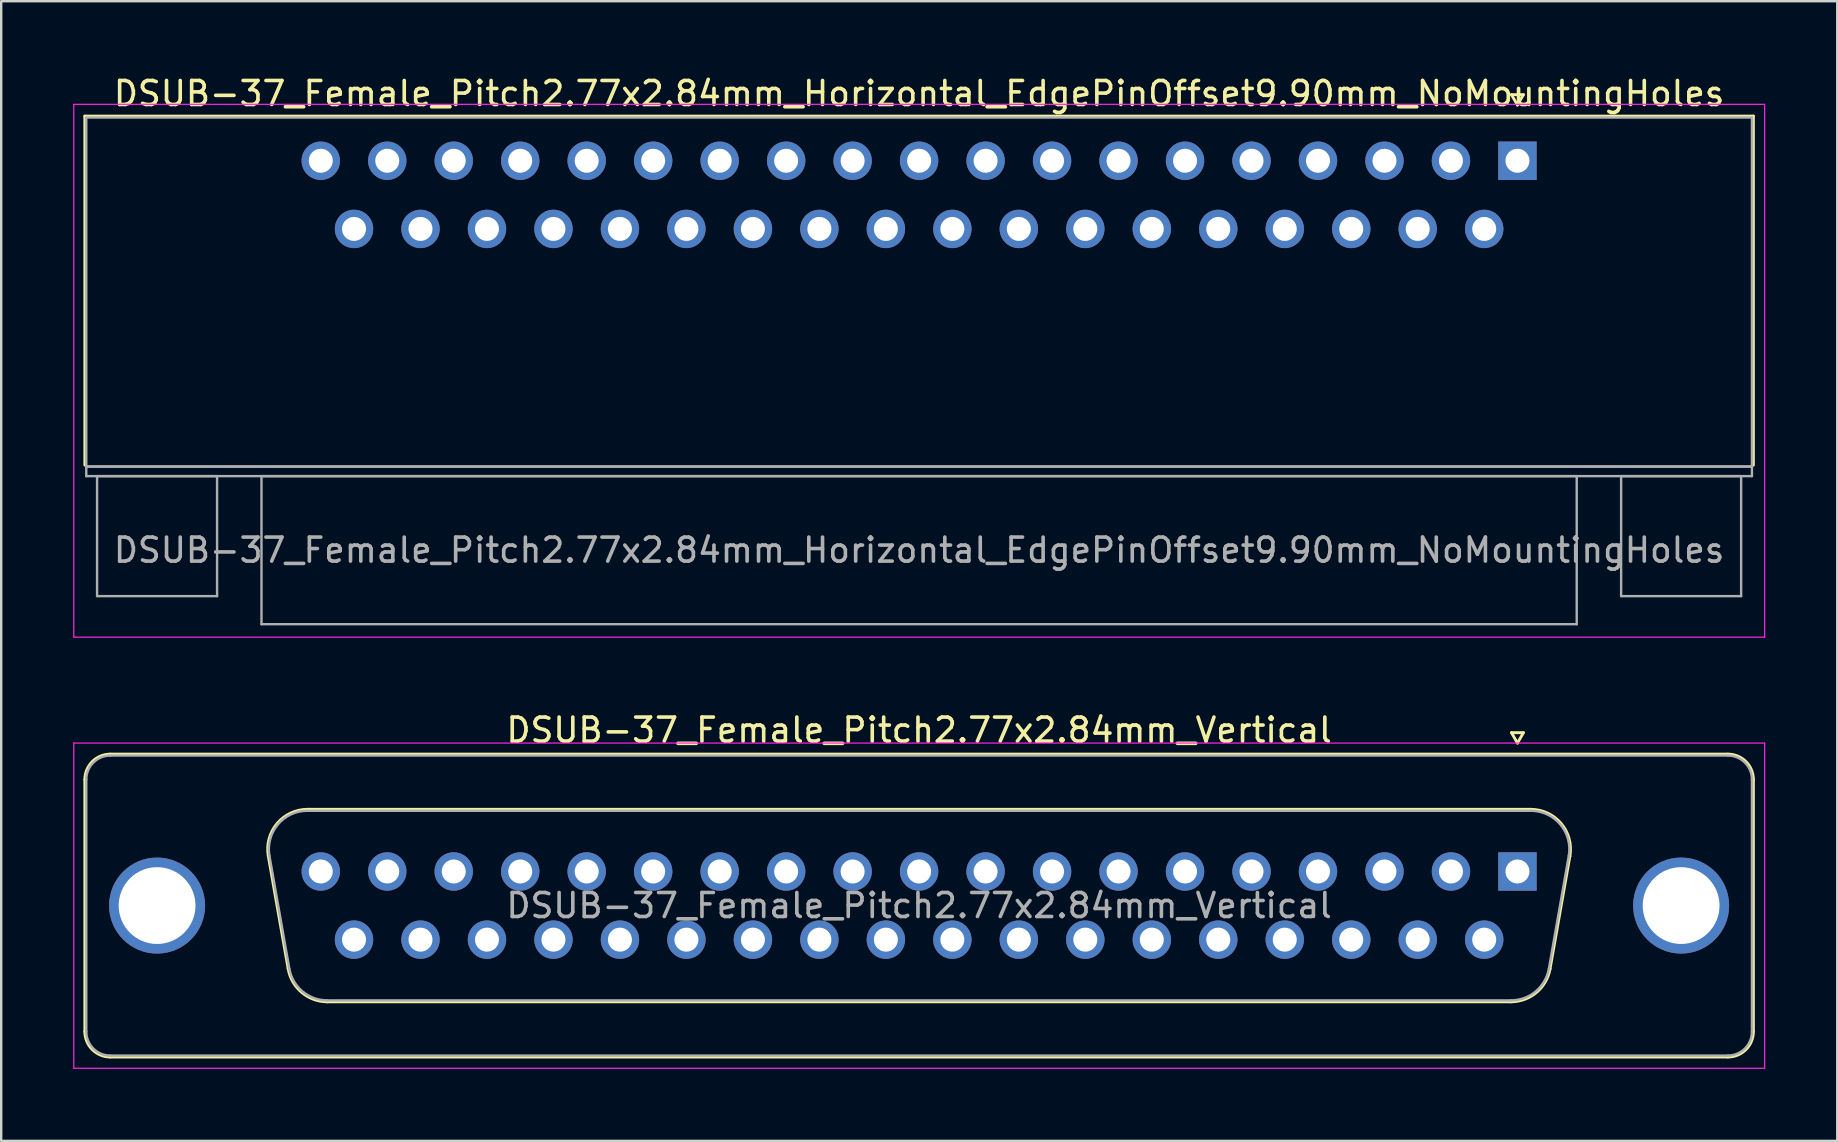
<source format=kicad_pcb>
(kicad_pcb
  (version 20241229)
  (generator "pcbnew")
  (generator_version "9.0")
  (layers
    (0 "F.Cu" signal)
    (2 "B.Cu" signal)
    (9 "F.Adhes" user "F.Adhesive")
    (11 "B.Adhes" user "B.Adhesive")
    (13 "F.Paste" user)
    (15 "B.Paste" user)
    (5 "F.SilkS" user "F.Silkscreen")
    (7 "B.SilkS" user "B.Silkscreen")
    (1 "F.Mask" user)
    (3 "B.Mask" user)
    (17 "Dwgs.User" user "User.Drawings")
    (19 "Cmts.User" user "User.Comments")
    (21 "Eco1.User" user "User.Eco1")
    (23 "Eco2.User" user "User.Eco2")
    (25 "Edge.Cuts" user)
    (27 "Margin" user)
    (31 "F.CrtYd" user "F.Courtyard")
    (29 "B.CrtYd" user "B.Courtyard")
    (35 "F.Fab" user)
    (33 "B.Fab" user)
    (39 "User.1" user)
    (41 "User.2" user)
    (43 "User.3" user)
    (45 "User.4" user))
  (footprint "DSUB-37_Female_Pitch2.77x2.84mm_Vertical"
    (layer "F.Cu")
    (at 60.175 33.261)
    (property "Reference" "DSUB-37_Female_Pitch2.77x2.84mm_Vertical" (at -24.93 -5.89 0) (layer "F.SilkS") (effects (font (size 1 1) (thickness 0.15))))
    (attr through_hole)
    (fp_line (start -59.69 6.67) (end -59.69 -3.83) (stroke (width 0.12) (type solid)) (layer "F.SilkS"))
    (fp_line (start -58.63 -4.89) (end 8.77 -4.89) (stroke (width 0.12) (type solid)) (layer "F.SilkS"))
    (fp_line (start -52.046 -0.642) (end -51.218 4.058) (stroke (width 0.12) (type solid)) (layer "F.SilkS"))
    (fp_line (start -50.412 -2.59) (end 0.552 -2.59) (stroke (width 0.12) (type solid)) (layer "F.SilkS"))
    (fp_line (start -49.583 5.43) (end -0.277 5.43) (stroke (width 0.12) (type solid)) (layer "F.SilkS"))
    (fp_line (start -0.25 -5.784) (end 0.25 -5.784) (stroke (width 0.12) (type solid)) (layer "F.SilkS"))
    (fp_line (start 0 -5.351) (end -0.25 -5.784) (stroke (width 0.12) (type solid)) (layer "F.SilkS"))
    (fp_line (start 0.25 -5.784) (end 0 -5.351) (stroke (width 0.12) (type solid)) (layer "F.SilkS"))
    (fp_line (start 2.186 -0.642) (end 1.358 4.058) (stroke (width 0.12) (type solid)) (layer "F.SilkS"))
    (fp_line (start 8.77 7.73) (end -58.63 7.73) (stroke (width 0.12) (type solid)) (layer "F.SilkS"))
    (fp_line (start 9.83 -3.83) (end 9.83 6.67) (stroke (width 0.12) (type solid)) (layer "F.SilkS"))
    (fp_arc (start -59.69 -3.83) (mid -59.379533 -4.579533) (end -58.63 -4.89) (stroke (width 0.12) (type solid)) (layer "F.SilkS"))
    (fp_arc (start -58.63 7.73) (mid -59.379533 7.419533) (end -59.69 6.67) (stroke (width 0.12) (type solid)) (layer "F.SilkS"))
    (fp_arc (start -52.04647 -0.641744) (mid -51.683323 -1.997028) (end -50.411689 -2.59) (stroke (width 0.12) (type solid)) (layer "F.SilkS"))
    (fp_arc (start -49.582952 5.43) (mid -50.649979 5.041634) (end -51.217733 4.058256) (stroke (width 0.12) (type solid)) (layer "F.SilkS"))
    (fp_arc (start 0.551689 -2.59) (mid 1.823323 -1.997027) (end 2.18647 -0.641744) (stroke (width 0.12) (type solid)) (layer "F.SilkS"))
    (fp_arc (start 1.357733 4.058256) (mid 0.78998 5.041634) (end -0.277048 5.43) (stroke (width 0.12) (type solid)) (layer "F.SilkS"))
    (fp_arc (start 8.77 -4.89) (mid 9.519533 -4.579533) (end 9.83 -3.83) (stroke (width 0.12) (type solid)) (layer "F.SilkS"))
    (fp_arc (start 9.83 6.67) (mid 9.519533 7.419533) (end 8.77 7.73) (stroke (width 0.12) (type solid)) (layer "F.SilkS"))
    (fp_line (start -60.15 -5.35) (end -60.15 8.2) (stroke (width 0.05) (type solid)) (layer "F.CrtYd"))
    (fp_line (start -60.15 8.2) (end 10.3 8.2) (stroke (width 0.05) (type solid)) (layer "F.CrtYd"))
    (fp_line (start 10.3 -5.35) (end -60.15 -5.35) (stroke (width 0.05) (type solid)) (layer "F.CrtYd"))
    (fp_line (start 10.3 8.2) (end 10.3 -5.35) (stroke (width 0.05) (type solid)) (layer "F.CrtYd"))
    (fp_line (start -59.63 6.67) (end -59.63 -3.83) (stroke (width 0.1) (type solid)) (layer "F.Fab"))
    (fp_line (start -58.63 -4.83) (end 8.77 -4.83) (stroke (width 0.1) (type solid)) (layer "F.Fab"))
    (fp_line (start -51.999 -0.652) (end -51.17 4.048) (stroke (width 0.1) (type solid)) (layer "F.Fab"))
    (fp_line (start -50.423 -2.53) (end 0.563 -2.53) (stroke (width 0.1) (type solid)) (layer "F.Fab"))
    (fp_line (start -49.594 5.37) (end -0.266 5.37) (stroke (width 0.1) (type solid)) (layer "F.Fab"))
    (fp_line (start 2.139 -0.652) (end 1.31 4.048) (stroke (width 0.1) (type solid)) (layer "F.Fab"))
    (fp_line (start 8.77 7.67) (end -58.63 7.67) (stroke (width 0.1) (type solid)) (layer "F.Fab"))
    (fp_line (start 9.77 -3.83) (end 9.77 6.67) (stroke (width 0.1) (type solid)) (layer "F.Fab"))
    (fp_arc (start -59.63 -3.83) (mid -59.337107 -4.537107) (end -58.63 -4.83) (stroke (width 0.1) (type solid)) (layer "F.Fab"))
    (fp_arc (start -58.63 7.67) (mid -59.337107 7.377107) (end -59.63 6.67) (stroke (width 0.1) (type solid)) (layer "F.Fab"))
    (fp_arc (start -51.998886 -0.652163) (mid -51.648865 -1.95846) (end -50.423194 -2.53) (stroke (width 0.1) (type solid)) (layer "F.Fab"))
    (fp_arc (start -49.594457 5.37) (mid -50.622917 4.995671) (end -51.170149 4.047837) (stroke (width 0.1) (type solid)) (layer "F.Fab"))
    (fp_arc (start 0.563194 -2.53) (mid 1.788865 -1.95846) (end 2.138886 -0.652163) (stroke (width 0.1) (type solid)) (layer "F.Fab"))
    (fp_arc (start 1.310149 4.047837) (mid 0.762917 4.995671) (end -0.265543 5.37) (stroke (width 0.1) (type solid)) (layer "F.Fab"))
    (fp_arc (start 8.77 -4.83) (mid 9.477107 -4.537107) (end 9.77 -3.83) (stroke (width 0.1) (type solid)) (layer "F.Fab"))
    (fp_arc (start 9.77 6.67) (mid 9.477107 7.377107) (end 8.77 7.67) (stroke (width 0.1) (type solid)) (layer "F.Fab"))
    (fp_text user "${REFERENCE}" (at -24.93 1.42 0) (layer "F.Fab") (effects (font (size 1 1) (thickness 0.15))))
    (pad "0" thru_hole circle (at -56.68 1.42) (size 4 4) (drill 3.2) (layers "*.Cu" "*.Mask"))
    (pad "0" thru_hole circle (at 6.82 1.42) (size 4 4) (drill 3.2) (layers "*.Cu" "*.Mask"))
    (pad "1" thru_hole rect (at 0 0) (size 1.6 1.6) (drill 1) (layers "*.Cu" "*.Mask"))
    (pad "2" thru_hole circle (at -2.77 0) (size 1.6 1.6) (drill 1) (layers "*.Cu" "*.Mask"))
    (pad "3" thru_hole circle (at -5.54 0) (size 1.6 1.6) (drill 1) (layers "*.Cu" "*.Mask"))
    (pad "4" thru_hole circle (at -8.31 0) (size 1.6 1.6) (drill 1) (layers "*.Cu" "*.Mask"))
    (pad "5" thru_hole circle (at -11.08 0) (size 1.6 1.6) (drill 1) (layers "*.Cu" "*.Mask"))
    (pad "6" thru_hole circle (at -13.85 0) (size 1.6 1.6) (drill 1) (layers "*.Cu" "*.Mask"))
    (pad "7" thru_hole circle (at -16.62 0) (size 1.6 1.6) (drill 1) (layers "*.Cu" "*.Mask"))
    (pad "8" thru_hole circle (at -19.39 0) (size 1.6 1.6) (drill 1) (layers "*.Cu" "*.Mask"))
    (pad "9" thru_hole circle (at -22.16 0) (size 1.6 1.6) (drill 1) (layers "*.Cu" "*.Mask"))
    (pad "10" thru_hole circle (at -24.93 0) (size 1.6 1.6) (drill 1) (layers "*.Cu" "*.Mask"))
    (pad "11" thru_hole circle (at -27.7 0) (size 1.6 1.6) (drill 1) (layers "*.Cu" "*.Mask"))
    (pad "12" thru_hole circle (at -30.47 0) (size 1.6 1.6) (drill 1) (layers "*.Cu" "*.Mask"))
    (pad "13" thru_hole circle (at -33.24 0) (size 1.6 1.6) (drill 1) (layers "*.Cu" "*.Mask"))
    (pad "14" thru_hole circle (at -36.01 0) (size 1.6 1.6) (drill 1) (layers "*.Cu" "*.Mask"))
    (pad "15" thru_hole circle (at -38.78 0) (size 1.6 1.6) (drill 1) (layers "*.Cu" "*.Mask"))
    (pad "16" thru_hole circle (at -41.55 0) (size 1.6 1.6) (drill 1) (layers "*.Cu" "*.Mask"))
    (pad "17" thru_hole circle (at -44.32 0) (size 1.6 1.6) (drill 1) (layers "*.Cu" "*.Mask"))
    (pad "18" thru_hole circle (at -47.09 0) (size 1.6 1.6) (drill 1) (layers "*.Cu" "*.Mask"))
    (pad "19" thru_hole circle (at -49.86 0) (size 1.6 1.6) (drill 1) (layers "*.Cu" "*.Mask"))
    (pad "20" thru_hole circle (at -1.385 2.84) (size 1.6 1.6) (drill 1) (layers "*.Cu" "*.Mask"))
    (pad "21" thru_hole circle (at -4.155 2.84) (size 1.6 1.6) (drill 1) (layers "*.Cu" "*.Mask"))
    (pad "22" thru_hole circle (at -6.925 2.84) (size 1.6 1.6) (drill 1) (layers "*.Cu" "*.Mask"))
    (pad "23" thru_hole circle (at -9.695 2.84) (size 1.6 1.6) (drill 1) (layers "*.Cu" "*.Mask"))
    (pad "24" thru_hole circle (at -12.465 2.84) (size 1.6 1.6) (drill 1) (layers "*.Cu" "*.Mask"))
    (pad "25" thru_hole circle (at -15.235 2.84) (size 1.6 1.6) (drill 1) (layers "*.Cu" "*.Mask"))
    (pad "26" thru_hole circle (at -18.005 2.84) (size 1.6 1.6) (drill 1) (layers "*.Cu" "*.Mask"))
    (pad "27" thru_hole circle (at -20.775 2.84) (size 1.6 1.6) (drill 1) (layers "*.Cu" "*.Mask"))
    (pad "28" thru_hole circle (at -23.545 2.84) (size 1.6 1.6) (drill 1) (layers "*.Cu" "*.Mask"))
    (pad "29" thru_hole circle (at -26.315 2.84) (size 1.6 1.6) (drill 1) (layers "*.Cu" "*.Mask"))
    (pad "30" thru_hole circle (at -29.085 2.84) (size 1.6 1.6) (drill 1) (layers "*.Cu" "*.Mask"))
    (pad "31" thru_hole circle (at -31.855 2.84) (size 1.6 1.6) (drill 1) (layers "*.Cu" "*.Mask"))
    (pad "32" thru_hole circle (at -34.625 2.84) (size 1.6 1.6) (drill 1) (layers "*.Cu" "*.Mask"))
    (pad "33" thru_hole circle (at -37.395 2.84) (size 1.6 1.6) (drill 1) (layers "*.Cu" "*.Mask"))
    (pad "34" thru_hole circle (at -40.165 2.84) (size 1.6 1.6) (drill 1) (layers "*.Cu" "*.Mask"))
    (pad "35" thru_hole circle (at -42.935 2.84) (size 1.6 1.6) (drill 1) (layers "*.Cu" "*.Mask"))
    (pad "36" thru_hole circle (at -45.705 2.84) (size 1.6 1.6) (drill 1) (layers "*.Cu" "*.Mask"))
    (pad "37" thru_hole circle (at -48.475 2.84) (size 1.6 1.6) (drill 1) (layers "*.Cu" "*.Mask")))
  (footprint "DSUB-37_Female_Pitch2.77x2.84mm_Horizontal_EdgePinOffset9.90mm_NoMountingHoles"
    (layer "F.Cu")
    (at 60.175 3.648)
    (property "Reference" "DSUB-37_Female_Pitch2.77x2.84mm_Horizontal_EdgePinOffset9.90mm_NoMountingHoles" (at -24.93 -2.8 0) (layer "F.SilkS") (effects (font (size 1 1) (thickness 0.15))))
    (attr through_hole)
    (fp_line (start -59.69 -1.86) (end 9.83 -1.86) (stroke (width 0.12) (type solid)) (layer "F.SilkS"))
    (fp_line (start -59.69 12.68) (end -59.69 -1.86) (stroke (width 0.12) (type solid)) (layer "F.SilkS"))
    (fp_line (start -0.25 -2.754) (end 0.25 -2.754) (stroke (width 0.12) (type solid)) (layer "F.SilkS"))
    (fp_line (start 0 -2.321) (end -0.25 -2.754) (stroke (width 0.12) (type solid)) (layer "F.SilkS"))
    (fp_line (start 0.25 -2.754) (end 0 -2.321) (stroke (width 0.12) (type solid)) (layer "F.SilkS"))
    (fp_line (start 9.83 -1.86) (end 9.83 12.68) (stroke (width 0.12) (type solid)) (layer "F.SilkS"))
    (fp_line (start -60.15 -2.35) (end -60.15 19.85) (stroke (width 0.05) (type solid)) (layer "F.CrtYd"))
    (fp_line (start -60.15 19.85) (end 10.3 19.85) (stroke (width 0.05) (type solid)) (layer "F.CrtYd"))
    (fp_line (start 10.3 -2.35) (end -60.15 -2.35) (stroke (width 0.05) (type solid)) (layer "F.CrtYd"))
    (fp_line (start 10.3 19.85) (end 10.3 -2.35) (stroke (width 0.05) (type solid)) (layer "F.CrtYd"))
    (fp_line (start -59.63 -1.8) (end -59.63 12.74) (stroke (width 0.1) (type solid)) (layer "F.Fab"))
    (fp_line (start -59.63 12.74) (end -59.63 13.14) (stroke (width 0.1) (type solid)) (layer "F.Fab"))
    (fp_line (start -59.63 12.74) (end 9.77 12.74) (stroke (width 0.1) (type solid)) (layer "F.Fab"))
    (fp_line (start -59.63 13.14) (end 9.77 13.14) (stroke (width 0.1) (type solid)) (layer "F.Fab"))
    (fp_line (start -59.18 13.14) (end -59.18 18.14) (stroke (width 0.1) (type solid)) (layer "F.Fab"))
    (fp_line (start -59.18 18.14) (end -54.18 18.14) (stroke (width 0.1) (type solid)) (layer "F.Fab"))
    (fp_line (start -54.18 13.14) (end -59.18 13.14) (stroke (width 0.1) (type solid)) (layer "F.Fab"))
    (fp_line (start -54.18 18.14) (end -54.18 13.14) (stroke (width 0.1) (type solid)) (layer "F.Fab"))
    (fp_line (start -52.33 13.14) (end -52.33 19.31) (stroke (width 0.1) (type solid)) (layer "F.Fab"))
    (fp_line (start -52.33 19.31) (end 2.47 19.31) (stroke (width 0.1) (type solid)) (layer "F.Fab"))
    (fp_line (start 2.47 13.14) (end -52.33 13.14) (stroke (width 0.1) (type solid)) (layer "F.Fab"))
    (fp_line (start 2.47 19.31) (end 2.47 13.14) (stroke (width 0.1) (type solid)) (layer "F.Fab"))
    (fp_line (start 4.32 13.14) (end 4.32 18.14) (stroke (width 0.1) (type solid)) (layer "F.Fab"))
    (fp_line (start 4.32 18.14) (end 9.32 18.14) (stroke (width 0.1) (type solid)) (layer "F.Fab"))
    (fp_line (start 9.32 13.14) (end 4.32 13.14) (stroke (width 0.1) (type solid)) (layer "F.Fab"))
    (fp_line (start 9.32 18.14) (end 9.32 13.14) (stroke (width 0.1) (type solid)) (layer "F.Fab"))
    (fp_line (start 9.77 -1.8) (end -59.63 -1.8) (stroke (width 0.1) (type solid)) (layer "F.Fab"))
    (fp_line (start 9.77 12.74) (end -59.63 12.74) (stroke (width 0.1) (type solid)) (layer "F.Fab"))
    (fp_line (start 9.77 12.74) (end 9.77 -1.8) (stroke (width 0.1) (type solid)) (layer "F.Fab"))
    (fp_line (start 9.77 13.14) (end 9.77 12.74) (stroke (width 0.1) (type solid)) (layer "F.Fab"))
    (fp_text user "${REFERENCE}" (at -24.93 16.225 0) (layer "F.Fab") (effects (font (size 1 1) (thickness 0.15))))
    (pad "1" thru_hole rect (at 0 0) (size 1.6 1.6) (drill 1) (layers "*.Cu" "*.Mask"))
    (pad "2" thru_hole circle (at -2.77 0) (size 1.6 1.6) (drill 1) (layers "*.Cu" "*.Mask"))
    (pad "3" thru_hole circle (at -5.54 0) (size 1.6 1.6) (drill 1) (layers "*.Cu" "*.Mask"))
    (pad "4" thru_hole circle (at -8.31 0) (size 1.6 1.6) (drill 1) (layers "*.Cu" "*.Mask"))
    (pad "5" thru_hole circle (at -11.08 0) (size 1.6 1.6) (drill 1) (layers "*.Cu" "*.Mask"))
    (pad "6" thru_hole circle (at -13.85 0) (size 1.6 1.6) (drill 1) (layers "*.Cu" "*.Mask"))
    (pad "7" thru_hole circle (at -16.62 0) (size 1.6 1.6) (drill 1) (layers "*.Cu" "*.Mask"))
    (pad "8" thru_hole circle (at -19.39 0) (size 1.6 1.6) (drill 1) (layers "*.Cu" "*.Mask"))
    (pad "9" thru_hole circle (at -22.16 0) (size 1.6 1.6) (drill 1) (layers "*.Cu" "*.Mask"))
    (pad "10" thru_hole circle (at -24.93 0) (size 1.6 1.6) (drill 1) (layers "*.Cu" "*.Mask"))
    (pad "11" thru_hole circle (at -27.7 0) (size 1.6 1.6) (drill 1) (layers "*.Cu" "*.Mask"))
    (pad "12" thru_hole circle (at -30.47 0) (size 1.6 1.6) (drill 1) (layers "*.Cu" "*.Mask"))
    (pad "13" thru_hole circle (at -33.24 0) (size 1.6 1.6) (drill 1) (layers "*.Cu" "*.Mask"))
    (pad "14" thru_hole circle (at -36.01 0) (size 1.6 1.6) (drill 1) (layers "*.Cu" "*.Mask"))
    (pad "15" thru_hole circle (at -38.78 0) (size 1.6 1.6) (drill 1) (layers "*.Cu" "*.Mask"))
    (pad "16" thru_hole circle (at -41.55 0) (size 1.6 1.6) (drill 1) (layers "*.Cu" "*.Mask"))
    (pad "17" thru_hole circle (at -44.32 0) (size 1.6 1.6) (drill 1) (layers "*.Cu" "*.Mask"))
    (pad "18" thru_hole circle (at -47.09 0) (size 1.6 1.6) (drill 1) (layers "*.Cu" "*.Mask"))
    (pad "19" thru_hole circle (at -49.86 0) (size 1.6 1.6) (drill 1) (layers "*.Cu" "*.Mask"))
    (pad "20" thru_hole circle (at -1.385 2.84) (size 1.6 1.6) (drill 1) (layers "*.Cu" "*.Mask"))
    (pad "21" thru_hole circle (at -4.155 2.84) (size 1.6 1.6) (drill 1) (layers "*.Cu" "*.Mask"))
    (pad "22" thru_hole circle (at -6.925 2.84) (size 1.6 1.6) (drill 1) (layers "*.Cu" "*.Mask"))
    (pad "23" thru_hole circle (at -9.695 2.84) (size 1.6 1.6) (drill 1) (layers "*.Cu" "*.Mask"))
    (pad "24" thru_hole circle (at -12.465 2.84) (size 1.6 1.6) (drill 1) (layers "*.Cu" "*.Mask"))
    (pad "25" thru_hole circle (at -15.235 2.84) (size 1.6 1.6) (drill 1) (layers "*.Cu" "*.Mask"))
    (pad "26" thru_hole circle (at -18.005 2.84) (size 1.6 1.6) (drill 1) (layers "*.Cu" "*.Mask"))
    (pad "27" thru_hole circle (at -20.775 2.84) (size 1.6 1.6) (drill 1) (layers "*.Cu" "*.Mask"))
    (pad "28" thru_hole circle (at -23.545 2.84) (size 1.6 1.6) (drill 1) (layers "*.Cu" "*.Mask"))
    (pad "29" thru_hole circle (at -26.315 2.84) (size 1.6 1.6) (drill 1) (layers "*.Cu" "*.Mask"))
    (pad "30" thru_hole circle (at -29.085 2.84) (size 1.6 1.6) (drill 1) (layers "*.Cu" "*.Mask"))
    (pad "31" thru_hole circle (at -31.855 2.84) (size 1.6 1.6) (drill 1) (layers "*.Cu" "*.Mask"))
    (pad "32" thru_hole circle (at -34.625 2.84) (size 1.6 1.6) (drill 1) (layers "*.Cu" "*.Mask"))
    (pad "33" thru_hole circle (at -37.395 2.84) (size 1.6 1.6) (drill 1) (layers "*.Cu" "*.Mask"))
    (pad "34" thru_hole circle (at -40.165 2.84) (size 1.6 1.6) (drill 1) (layers "*.Cu" "*.Mask"))
    (pad "35" thru_hole circle (at -42.935 2.84) (size 1.6 1.6) (drill 1) (layers "*.Cu" "*.Mask"))
    (pad "36" thru_hole circle (at -45.705 2.84) (size 1.6 1.6) (drill 1) (layers "*.Cu" "*.Mask"))
    (pad "37" thru_hole circle (at -48.475 2.84) (size 1.6 1.6) (drill 1) (layers "*.Cu" "*.Mask")))
  (gr_rect
    (start -3 -3)
    (end 73.5 44.486)
    (stroke (width 0.1) (type default))
    (fill no)
    (layer "Edge.Cuts")))
</source>
